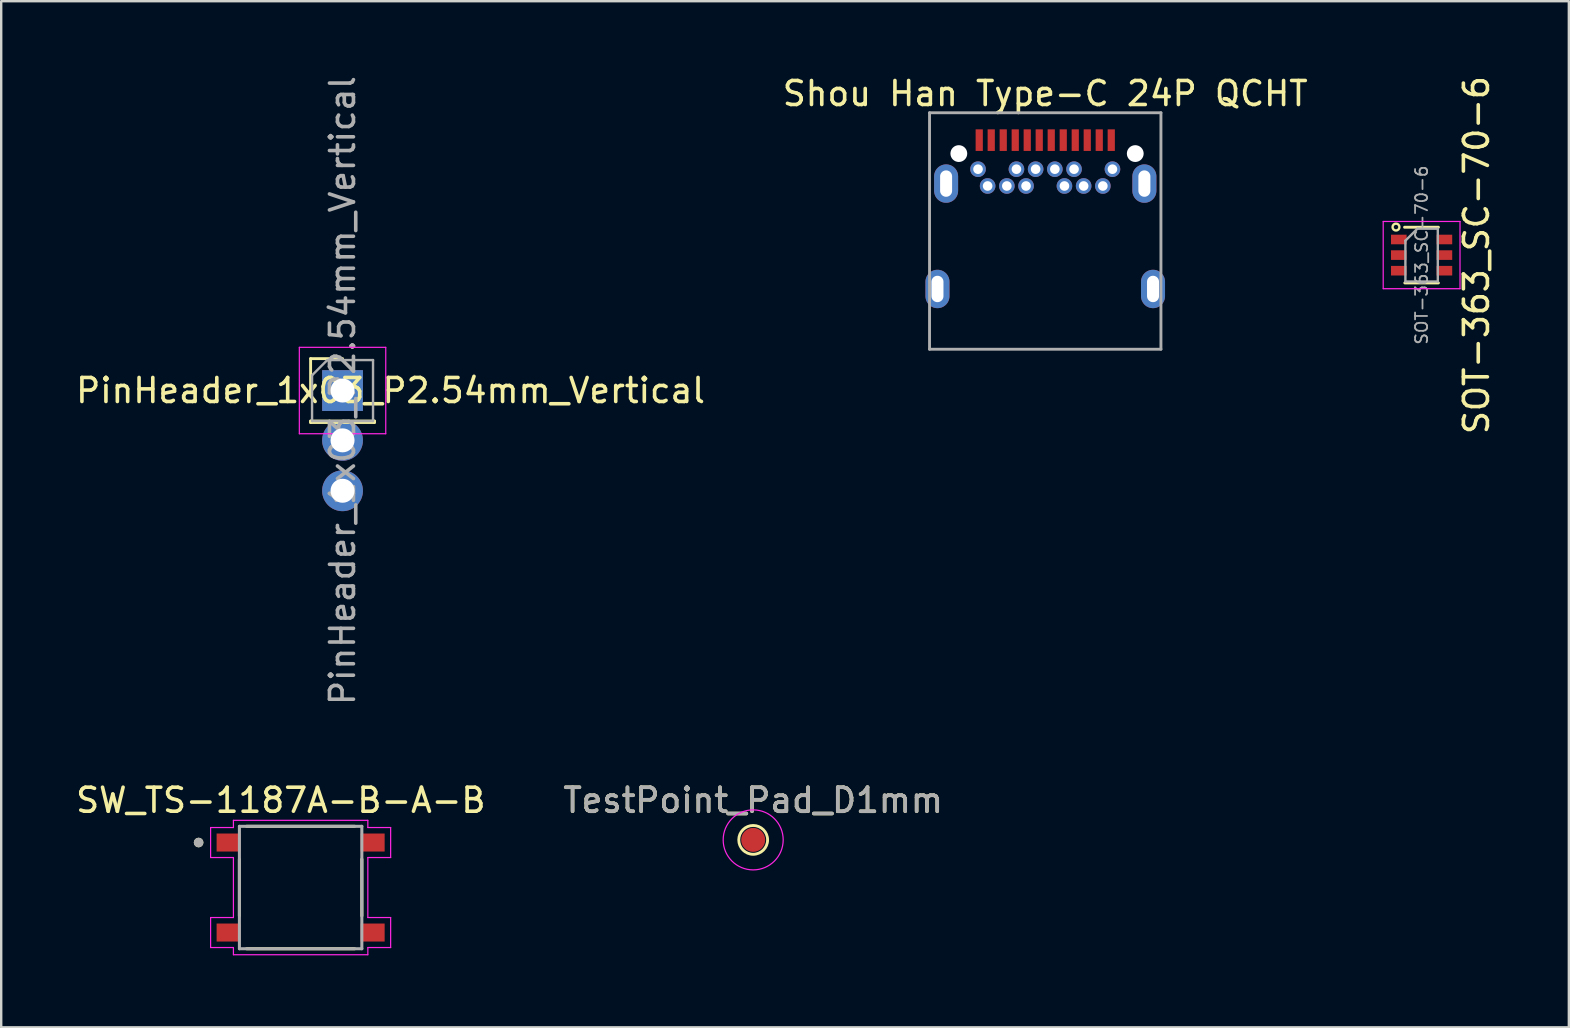
<source format=kicad_pcb>
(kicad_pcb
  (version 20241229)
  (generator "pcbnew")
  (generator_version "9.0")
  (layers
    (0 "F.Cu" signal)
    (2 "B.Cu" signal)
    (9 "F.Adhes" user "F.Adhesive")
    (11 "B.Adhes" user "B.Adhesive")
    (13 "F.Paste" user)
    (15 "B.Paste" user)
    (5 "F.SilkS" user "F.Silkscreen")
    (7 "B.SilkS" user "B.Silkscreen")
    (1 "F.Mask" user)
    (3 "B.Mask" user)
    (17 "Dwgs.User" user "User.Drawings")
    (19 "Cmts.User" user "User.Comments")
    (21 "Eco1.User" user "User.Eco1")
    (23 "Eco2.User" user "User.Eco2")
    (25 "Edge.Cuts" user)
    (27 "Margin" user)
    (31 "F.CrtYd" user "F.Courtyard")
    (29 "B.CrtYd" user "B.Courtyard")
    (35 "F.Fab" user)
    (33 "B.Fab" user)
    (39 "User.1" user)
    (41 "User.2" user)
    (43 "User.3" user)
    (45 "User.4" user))
  (footprint "Shou Han Type-C 24P QCHT"
    (layer "F.Cu")
    (at 40.494 10.848)
    (property "Reference" "Shou Han Type-C 24P QCHT" (at 0 -10 180) (layer "F.SilkS") (effects (font (size 1 1) (thickness 0.15))))
    (attr smd)
    (fp_line (start -4.82 -9.2) (end -4.82 0.65) (stroke (width 0.12) (type solid)) (layer "F.Fab"))
    (fp_line (start -4.82 0.65) (end 4.82 0.65) (stroke (width 0.12) (type solid)) (layer "F.Fab"))
    (fp_line (start 4.82 -9.2) (end -4.82 -9.2) (stroke (width 0.12) (type solid)) (layer "F.Fab"))
    (fp_line (start 4.82 0.65) (end 4.82 -9.2) (stroke (width 0.12) (type solid)) (layer "F.Fab"))
    (pad "" np_thru_hole circle (at -3.6 -7.5) (size 0.7 0.7) (drill 0.7) (layers "*.Cu" "*.Mask"))
    (pad "" np_thru_hole circle (at 3.75 -7.5) (size 0.7 0.7) (drill 0.7) (layers "*.Cu" "*.Mask"))
    (pad "A1" smd rect (at -2.75 -8.06) (size 0.3 0.9) (layers "F.Cu" "F.Mask" "F.Paste"))
    (pad "A2" smd rect (at -2.25 -8.06) (size 0.3 0.9) (layers "F.Cu" "F.Mask" "F.Paste"))
    (pad "A3" smd rect (at -1.75 -8.06) (size 0.3 0.9) (layers "F.Cu" "F.Mask" "F.Paste"))
    (pad "A4" smd rect (at -1.25 -8.06) (size 0.3 0.9) (layers "F.Cu" "F.Mask" "F.Paste"))
    (pad "A5" smd rect (at -0.75 -8.06) (size 0.3 0.9) (layers "F.Cu" "F.Mask" "F.Paste"))
    (pad "A6" smd rect (at -0.25 -8.06) (size 0.3 0.9) (layers "F.Cu" "F.Mask" "F.Paste"))
    (pad "A7" smd rect (at 0.25 -8.06) (size 0.3 0.9) (layers "F.Cu" "F.Mask" "F.Paste"))
    (pad "A8" smd rect (at 0.75 -8.06) (size 0.3 0.9) (layers "F.Cu" "F.Mask" "F.Paste"))
    (pad "A9" smd rect (at 1.25 -8.06) (size 0.3 0.9) (layers "F.Cu" "F.Mask" "F.Paste"))
    (pad "A10" smd rect (at 1.75 -8.06) (size 0.3 0.9) (layers "F.Cu" "F.Mask" "F.Paste"))
    (pad "A11" smd rect (at 2.25 -8.06) (size 0.3 0.9) (layers "F.Cu" "F.Mask" "F.Paste"))
    (pad "A12" smd rect (at 2.75 -8.06) (size 0.3 0.9) (layers "F.Cu" "F.Mask" "F.Paste"))
    (pad "B1" thru_hole circle (at 2.8 -6.85) (size 0.65 0.65) (drill 0.4) (layers "*.Cu" "*.Mask"))
    (pad "B2" thru_hole circle (at 2.4 -6.15) (size 0.65 0.65) (drill 0.4) (layers "*.Cu" "*.Mask"))
    (pad "B3" thru_hole circle (at 1.6 -6.15) (size 0.65 0.65) (drill 0.4) (layers "*.Cu" "*.Mask"))
    (pad "B4" thru_hole circle (at 1.2 -6.85) (size 0.65 0.65) (drill 0.4) (layers "*.Cu" "*.Mask"))
    (pad "B5" thru_hole circle (at 0.8 -6.15) (size 0.65 0.65) (drill 0.4) (layers "*.Cu" "*.Mask"))
    (pad "B6" thru_hole circle (at 0.4 -6.85) (size 0.65 0.65) (drill 0.4) (layers "*.Cu" "*.Mask"))
    (pad "B7" thru_hole circle (at -0.4 -6.85) (size 0.65 0.65) (drill 0.4) (layers "*.Cu" "*.Mask"))
    (pad "B8" thru_hole circle (at -0.8 -6.15) (size 0.65 0.65) (drill 0.4) (layers "*.Cu" "*.Mask"))
    (pad "B9" thru_hole circle (at -1.2 -6.85) (size 0.65 0.65) (drill 0.4) (layers "*.Cu" "*.Mask"))
    (pad "B10" thru_hole circle (at -1.6 -6.15) (size 0.65 0.65) (drill 0.4) (layers "*.Cu" "*.Mask"))
    (pad "B11" thru_hole circle (at -2.4 -6.15) (size 0.65 0.65) (drill 0.4) (layers "*.Cu" "*.Mask"))
    (pad "B12" thru_hole circle (at -2.8 -6.85) (size 0.65 0.65) (drill 0.4) (layers "*.Cu" "*.Mask"))
    (pad "S1" thru_hole oval (at -4.49 -1.86) (size 1 1.6) (drill oval 0.5 1.1) (layers "*.Cu" "*.Mask"))
    (pad "S1" thru_hole oval (at -4.13 -6.25) (size 1 1.6) (drill oval 0.5 1.1) (layers "*.Cu" "*.Mask"))
    (pad "S1" thru_hole oval (at 4.13 -6.25) (size 1 1.6) (drill oval 0.5 1.1) (layers "*.Cu" "*.Mask"))
    (pad "S1" thru_hole oval (at 4.49 -1.86) (size 1 1.6) (drill oval 0.5 1.1) (layers "*.Cu" "*.Mask")))
  (footprint "PinHeader_1x03_P2.54mm_Vertical"
    (layer "F.Cu")
    (at 11.22 13.22)
    (property "Reference" "PinHeader_1x03_P2.54mm_Vertical" (at 2 0 0) (layer "F.SilkS") (effects (font (size 1 1) (thickness 0.15))))
    (attr through_hole)
    (fp_line (start -1.33 -1.33) (end 0 -1.33) (stroke (width 0.12) (type solid)) (layer "F.SilkS"))
    (fp_line (start -1.33 0) (end -1.33 -1.33) (stroke (width 0.12) (type solid)) (layer "F.SilkS"))
    (fp_line (start -1.33 1.27) (end -1.33 1.33) (stroke (width 0.12) (type solid)) (layer "F.SilkS"))
    (fp_line (start -1.33 1.27) (end 1.33 1.27) (stroke (width 0.12) (type solid)) (layer "F.SilkS"))
    (fp_line (start -1.33 1.33) (end 1.33 1.33) (stroke (width 0.12) (type solid)) (layer "F.SilkS"))
    (fp_line (start 1.33 1.27) (end 1.33 1.33) (stroke (width 0.12) (type solid)) (layer "F.SilkS"))
    (fp_line (start -1.8 -1.8) (end -1.8 1.8) (stroke (width 0.05) (type solid)) (layer "F.CrtYd"))
    (fp_line (start -1.8 1.8) (end 1.8 1.8) (stroke (width 0.05) (type solid)) (layer "F.CrtYd"))
    (fp_line (start 1.8 -1.8) (end -1.8 -1.8) (stroke (width 0.05) (type solid)) (layer "F.CrtYd"))
    (fp_line (start 1.8 1.8) (end 1.8 -1.8) (stroke (width 0.05) (type solid)) (layer "F.CrtYd"))
    (fp_line (start -1.27 -0.635) (end -0.635 -1.27) (stroke (width 0.1) (type solid)) (layer "F.Fab"))
    (fp_line (start -1.27 1.27) (end -1.27 -0.635) (stroke (width 0.1) (type solid)) (layer "F.Fab"))
    (fp_line (start -0.635 -1.27) (end 1.27 -1.27) (stroke (width 0.1) (type solid)) (layer "F.Fab"))
    (fp_line (start 1.27 -1.27) (end 1.27 1.27) (stroke (width 0.1) (type solid)) (layer "F.Fab"))
    (fp_line (start 1.27 1.27) (end -1.27 1.27) (stroke (width 0.1) (type solid)) (layer "F.Fab"))
    (fp_text user "${REFERENCE}" (at 0 0 90) (layer "F.Fab") (effects (font (size 1 1) (thickness 0.15))))
    (pad "1" thru_hole rect (at 0 0) (size 1.7 1.7) (drill 1) (layers "*.Cu" "*.Mask"))
    (pad "2" thru_hole circle (at 0 2.075) (size 1.7 1.7) (drill 1) (layers "*.Cu" "*.Mask"))
    (pad "3" thru_hole circle (at 0 4.175) (size 1.7 1.7) (drill 1) (layers "*.Cu" "*.Mask")))
  (footprint "SW_TS-1187A-B-A-B"
    (layer "F.Cu")
    (at 9.474 33.924)
    (property "Reference" "SW_TS-1187A-B-A-B" (at -0.825 -3.635 0) (layer "F.SilkS") (effects (font (size 1 1) (thickness 0.15))))
    (attr smd)
    (fp_line (start -2.55 -1.18) (end -2.55 1.18) (stroke (width 0.127) (type solid)) (layer "F.SilkS"))
    (fp_line (start 2.25 -2.55) (end -2.25 -2.55) (stroke (width 0.127) (type solid)) (layer "F.SilkS"))
    (fp_line (start 2.25 2.55) (end -2.25 2.55) (stroke (width 0.127) (type solid)) (layer "F.SilkS"))
    (fp_line (start 2.55 1.18) (end 2.55 -1.18) (stroke (width 0.127) (type solid)) (layer "F.SilkS"))
    (fp_circle (center -4.25 -1.875) (end -4.15 -1.875) (stroke (width 0.2) (type solid)) (fill no) (layer "F.SilkS"))
    (fp_line (start -3.75 -2.5) (end -3.75 -1.25) (stroke (width 0.05) (type solid)) (layer "F.CrtYd"))
    (fp_line (start -3.75 -2.5) (end -2.8 -2.5) (stroke (width 0.05) (type solid)) (layer "F.CrtYd"))
    (fp_line (start -3.75 -1.25) (end -2.8 -1.25) (stroke (width 0.05) (type solid)) (layer "F.CrtYd"))
    (fp_line (start -3.75 1.25) (end -2.8 1.25) (stroke (width 0.05) (type solid)) (layer "F.CrtYd"))
    (fp_line (start -3.75 2.5) (end -3.75 1.25) (stroke (width 0.05) (type solid)) (layer "F.CrtYd"))
    (fp_line (start -3.75 2.5) (end -2.8 2.5) (stroke (width 0.05) (type solid)) (layer "F.CrtYd"))
    (fp_line (start -2.8 -2.8) (end -2.8 -2.5) (stroke (width 0.05) (type solid)) (layer "F.CrtYd"))
    (fp_line (start -2.8 -1.25) (end -2.8 1.25) (stroke (width 0.05) (type solid)) (layer "F.CrtYd"))
    (fp_line (start -2.8 2.8) (end -2.8 2.5) (stroke (width 0.05) (type solid)) (layer "F.CrtYd"))
    (fp_line (start -2.8 2.8) (end 2.8 2.8) (stroke (width 0.05) (type solid)) (layer "F.CrtYd"))
    (fp_line (start 2.8 -2.8) (end -2.8 -2.8) (stroke (width 0.05) (type solid)) (layer "F.CrtYd"))
    (fp_line (start 2.8 -2.8) (end 2.8 -2.5) (stroke (width 0.05) (type solid)) (layer "F.CrtYd"))
    (fp_line (start 2.8 -1.25) (end 2.8 1.25) (stroke (width 0.05) (type solid)) (layer "F.CrtYd"))
    (fp_line (start 2.8 2.8) (end 2.8 2.5) (stroke (width 0.05) (type solid)) (layer "F.CrtYd"))
    (fp_line (start 3.75 -2.5) (end 2.8 -2.5) (stroke (width 0.05) (type solid)) (layer "F.CrtYd"))
    (fp_line (start 3.75 -2.5) (end 3.75 -1.25) (stroke (width 0.05) (type solid)) (layer "F.CrtYd"))
    (fp_line (start 3.75 -1.25) (end 2.8 -1.25) (stroke (width 0.05) (type solid)) (layer "F.CrtYd"))
    (fp_line (start 3.75 1.25) (end 2.8 1.25) (stroke (width 0.05) (type solid)) (layer "F.CrtYd"))
    (fp_line (start 3.75 2.5) (end 2.8 2.5) (stroke (width 0.05) (type solid)) (layer "F.CrtYd"))
    (fp_line (start 3.75 2.5) (end 3.75 1.25) (stroke (width 0.05) (type solid)) (layer "F.CrtYd"))
    (fp_line (start -2.55 -2.55) (end -2.55 2.55) (stroke (width 0.127) (type solid)) (layer "F.Fab"))
    (fp_line (start -2.55 2.55) (end 2.55 2.55) (stroke (width 0.127) (type solid)) (layer "F.Fab"))
    (fp_line (start 2.55 -2.55) (end -2.55 -2.55) (stroke (width 0.127) (type solid)) (layer "F.Fab"))
    (fp_line (start 2.55 2.55) (end 2.55 -2.55) (stroke (width 0.127) (type solid)) (layer "F.Fab"))
    (fp_circle (center -4.25 -1.875) (end -4.15 -1.875) (stroke (width 0.2) (type solid)) (fill no) (layer "F.Fab"))
    (pad "A" smd rect (at -3 -1.875) (size 1 0.75) (layers "F.Cu" "F.Mask" "F.Paste"))
    (pad "B" smd rect (at 3 -1.875) (size 1 0.75) (layers "F.Cu" "F.Mask" "F.Paste"))
    (pad "C" smd rect (at -3 1.875) (size 1 0.75) (layers "F.Cu" "F.Mask" "F.Paste"))
    (pad "D" smd rect (at 3 1.875) (size 1 0.75) (layers "F.Cu" "F.Mask" "F.Paste")))
  (footprint "TestPoint_Pad_D1mm"
    (layer "F.Cu")
    (at 28.327 31.939)
    (property "Reference" "TestPoint_Pad_D1mm" (at 0 -1.648 0) (layer "F.SilkS") (effects (font (size 1 1) (thickness 0.15))))
    (attr exclude_from_pos_files exclude_from_bom)
    (fp_circle (center 0 0) (end 0.6 0) (stroke (width 0.12) (type solid)) (fill no) (layer "F.SilkS"))
    (fp_circle (center 0 0) (end 1.25 0) (stroke (width 0.05) (type solid)) (fill no) (layer "F.CrtYd"))
    (fp_text user "${REFERENCE}" (at 0 -1.65 0) (layer "F.Fab") (effects (font (size 1 1) (thickness 0.15))))
    (pad "1" smd circle (at 0 0) (size 1 1) (layers "F.Cu" "F.Mask")))
  (footprint "SOT-363_SC-70-6"
    (layer "F.Cu")
    (at 56.173 7.577)
    (property "Reference" "SOT-363_SC-70-6" (at 2.286 0 270) (layer "F.SilkS") (effects (font (size 1 1) (thickness 0.15))))
    (attr smd)
    (fp_line (start -0.7 1.16) (end 0.7 1.16) (stroke (width 0.12) (type solid)) (layer "F.SilkS"))
    (fp_line (start 0.7 -1.16) (end -0.711 -1.16) (stroke (width 0.12) (type solid)) (layer "F.SilkS"))
    (fp_circle (center -1.067 -1.168) (end -0.965 -1.067) (stroke (width 0.1) (type default)) (fill no) (layer "F.SilkS"))
    (fp_line (start -1.6 -1.4) (end -1.6 1.4) (stroke (width 0.05) (type solid)) (layer "F.CrtYd"))
    (fp_line (start -1.6 -1.4) (end 1.6 -1.4) (stroke (width 0.05) (type solid)) (layer "F.CrtYd"))
    (fp_line (start -1.6 1.4) (end 1.6 1.4) (stroke (width 0.05) (type solid)) (layer "F.CrtYd"))
    (fp_line (start 1.6 1.4) (end 1.6 -1.4) (stroke (width 0.05) (type solid)) (layer "F.CrtYd"))
    (fp_line (start -0.675 -0.6) (end -0.675 1.1) (stroke (width 0.1) (type solid)) (layer "F.Fab"))
    (fp_line (start -0.175 -1.1) (end -0.675 -0.6) (stroke (width 0.1) (type solid)) (layer "F.Fab"))
    (fp_line (start 0.675 -1.1) (end -0.175 -1.1) (stroke (width 0.1) (type solid)) (layer "F.Fab"))
    (fp_line (start 0.675 -1.1) (end 0.675 1.1) (stroke (width 0.1) (type solid)) (layer "F.Fab"))
    (fp_line (start 0.675 1.1) (end -0.675 1.1) (stroke (width 0.1) (type solid)) (layer "F.Fab"))
    (fp_text user "${REFERENCE}" (at 0 0 270) (layer "F.Fab") (effects (font (size 0.5 0.5) (thickness 0.075))))
    (pad "1" smd rect (at -0.95 -0.65) (size 0.65 0.4) (layers "F.Cu" "F.Mask" "F.Paste"))
    (pad "2" smd rect (at -0.95 0) (size 0.65 0.4) (layers "F.Cu" "F.Mask" "F.Paste"))
    (pad "3" smd rect (at -0.95 0.65) (size 0.65 0.4) (layers "F.Cu" "F.Mask" "F.Paste"))
    (pad "4" smd rect (at 0.95 0.65) (size 0.65 0.4) (layers "F.Cu" "F.Mask" "F.Paste"))
    (pad "5" smd rect (at 0.95 0) (size 0.65 0.4) (layers "F.Cu" "F.Mask" "F.Paste"))
    (pad "6" smd rect (at 0.95 -0.65) (size 0.65 0.4) (layers "F.Cu" "F.Mask" "F.Paste")))
  (gr_rect
    (start -3 -3)
    (end 62.307 39.749)
    (stroke (width 0.1) (type default))
    (fill no)
    (layer "Edge.Cuts")))
</source>
